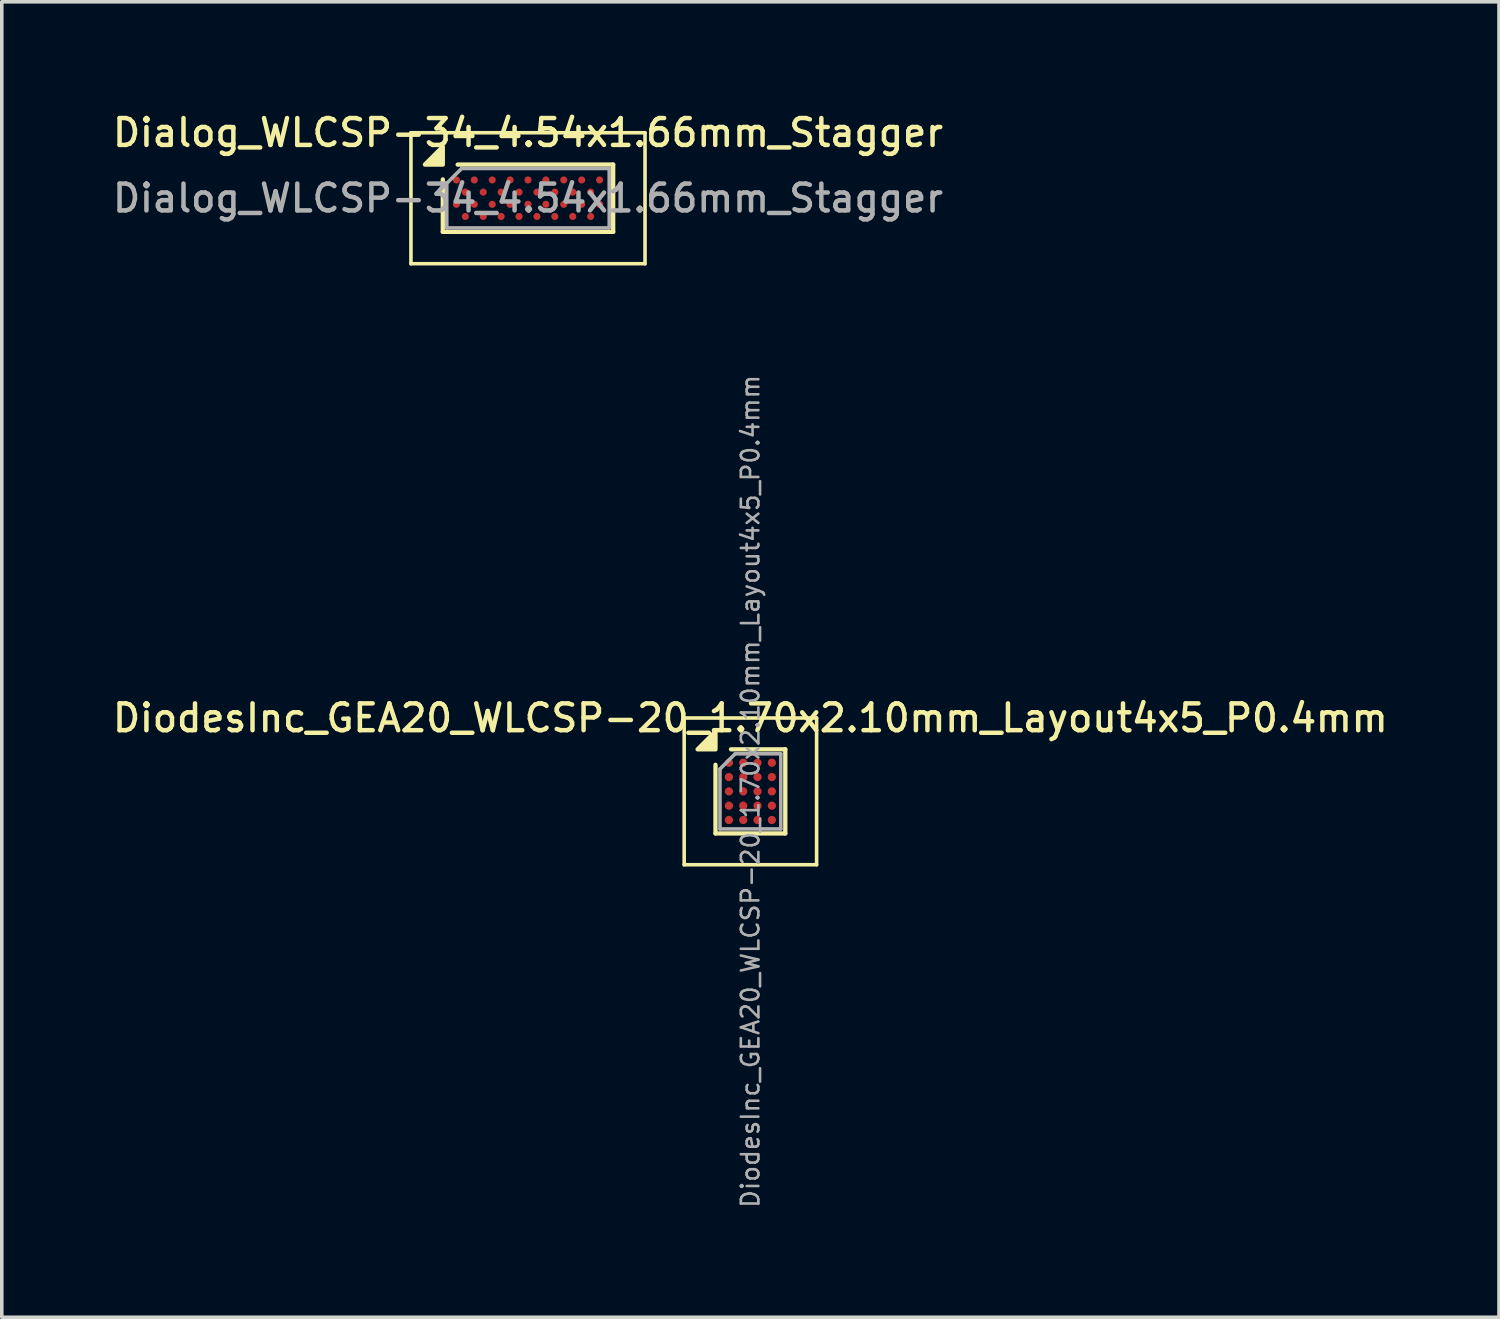
<source format=kicad_pcb>
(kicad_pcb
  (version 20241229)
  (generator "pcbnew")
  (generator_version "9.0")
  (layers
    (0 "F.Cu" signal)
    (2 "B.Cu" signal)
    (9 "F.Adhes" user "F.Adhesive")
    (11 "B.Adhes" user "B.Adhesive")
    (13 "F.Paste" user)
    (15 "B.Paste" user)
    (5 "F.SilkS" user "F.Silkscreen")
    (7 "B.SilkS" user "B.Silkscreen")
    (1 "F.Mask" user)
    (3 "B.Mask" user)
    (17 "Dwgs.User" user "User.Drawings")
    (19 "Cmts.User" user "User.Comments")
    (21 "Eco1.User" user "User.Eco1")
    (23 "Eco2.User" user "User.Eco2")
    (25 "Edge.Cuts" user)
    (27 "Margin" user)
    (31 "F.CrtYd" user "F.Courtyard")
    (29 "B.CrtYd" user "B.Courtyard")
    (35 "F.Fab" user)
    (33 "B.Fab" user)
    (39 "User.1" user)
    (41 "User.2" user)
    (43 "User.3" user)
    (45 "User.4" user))
  (footprint "DiodesInc_GEA20_WLCSP-20_1.70x2.10mm_Layout4x5_P0.4mm"
    (layer "F.Cu")
    (at 17.916 19.061)
    (property "Reference" "DiodesInc_GEA20_WLCSP-20_1.70x2.10mm_Layout4x5_P0.4mm" (at 0 -2.05 0) (layer "F.SilkS") (effects (font (size 0.75 0.75) (thickness 0.125))))
    (attr smd)
    (fp_line (start -1.85 -2.05) (end -1.85 2.05) (stroke (width 0.1) (type solid)) (layer "F.SilkS"))
    (fp_line (start -1.85 2.05) (end 1.85 2.05) (stroke (width 0.1) (type solid)) (layer "F.SilkS"))
    (fp_line (start -0.975 1.175) (end -0.975 -0.743) (stroke (width 0.12) (type solid)) (layer "F.SilkS"))
    (fp_line (start -0.542 -1.175) (end 0.975 -1.175) (stroke (width 0.12) (type solid)) (layer "F.SilkS"))
    (fp_line (start 0.975 -1.175) (end 0.975 1.175) (stroke (width 0.12) (type solid)) (layer "F.SilkS"))
    (fp_line (start 0.975 1.175) (end -0.975 1.175) (stroke (width 0.12) (type solid)) (layer "F.SilkS"))
    (fp_line (start 1.85 -2.05) (end -1.85 -2.05) (stroke (width 0.1) (type solid)) (layer "F.SilkS"))
    (fp_line (start 1.85 2.05) (end 1.85 -2.05) (stroke (width 0.1) (type solid)) (layer "F.SilkS"))
    (fp_poly (pts (xy -0.975 -1.175) (xy -1.475 -1.175) (xy -0.975 -1.675) (xy -0.975 -1.175)) (stroke (width 0.12) (type solid)) (fill yes) (layer "F.SilkS"))
    (fp_line (start -0.85 -0.625) (end -0.425 -1.05) (stroke (width 0.1) (type solid)) (layer "F.Fab"))
    (fp_line (start -0.85 1.05) (end -0.85 -0.625) (stroke (width 0.1) (type solid)) (layer "F.Fab"))
    (fp_line (start -0.425 -1.05) (end 0.85 -1.05) (stroke (width 0.1) (type solid)) (layer "F.Fab"))
    (fp_line (start 0.85 -1.05) (end 0.85 1.05) (stroke (width 0.1) (type solid)) (layer "F.Fab"))
    (fp_line (start 0.85 1.05) (end -0.85 1.05) (stroke (width 0.1) (type solid)) (layer "F.Fab"))
    (fp_text user "${REFERENCE}" (at 0 0 270) (layer "F.Fab") (effects (font (size 0.49 0.49) (thickness 0.073))))
    (pad "A1" smd circle (at -0.6 -0.8) (size 0.23 0.23) (property pad_prop_bga) (layers "F.Cu" "F.Mask" "F.Paste"))
    (pad "A2" smd circle (at -0.2 -0.8) (size 0.23 0.23) (property pad_prop_bga) (layers "F.Cu" "F.Mask" "F.Paste"))
    (pad "A3" smd circle (at 0.2 -0.8) (size 0.23 0.23) (property pad_prop_bga) (layers "F.Cu" "F.Mask" "F.Paste"))
    (pad "A4" smd circle (at 0.6 -0.8) (size 0.23 0.23) (property pad_prop_bga) (layers "F.Cu" "F.Mask" "F.Paste"))
    (pad "B1" smd circle (at -0.6 -0.4) (size 0.23 0.23) (property pad_prop_bga) (layers "F.Cu" "F.Mask" "F.Paste"))
    (pad "B2" smd circle (at -0.2 -0.4) (size 0.23 0.23) (property pad_prop_bga) (layers "F.Cu" "F.Mask" "F.Paste"))
    (pad "B3" smd circle (at 0.2 -0.4) (size 0.23 0.23) (property pad_prop_bga) (layers "F.Cu" "F.Mask" "F.Paste"))
    (pad "B4" smd circle (at 0.6 -0.4) (size 0.23 0.23) (property pad_prop_bga) (layers "F.Cu" "F.Mask" "F.Paste"))
    (pad "C1" smd circle (at -0.6 0) (size 0.23 0.23) (property pad_prop_bga) (layers "F.Cu" "F.Mask" "F.Paste"))
    (pad "C2" smd circle (at -0.2 0) (size 0.23 0.23) (property pad_prop_bga) (layers "F.Cu" "F.Mask" "F.Paste"))
    (pad "C3" smd circle (at 0.2 0) (size 0.23 0.23) (property pad_prop_bga) (layers "F.Cu" "F.Mask" "F.Paste"))
    (pad "C4" smd circle (at 0.6 0) (size 0.23 0.23) (property pad_prop_bga) (layers "F.Cu" "F.Mask" "F.Paste"))
    (pad "D1" smd circle (at -0.6 0.4) (size 0.23 0.23) (property pad_prop_bga) (layers "F.Cu" "F.Mask" "F.Paste"))
    (pad "D2" smd circle (at -0.2 0.4) (size 0.23 0.23) (property pad_prop_bga) (layers "F.Cu" "F.Mask" "F.Paste"))
    (pad "D3" smd circle (at 0.2 0.4) (size 0.23 0.23) (property pad_prop_bga) (layers "F.Cu" "F.Mask" "F.Paste"))
    (pad "D4" smd circle (at 0.6 0.4) (size 0.23 0.23) (property pad_prop_bga) (layers "F.Cu" "F.Mask" "F.Paste"))
    (pad "E1" smd circle (at -0.6 0.8) (size 0.23 0.23) (property pad_prop_bga) (layers "F.Cu" "F.Mask" "F.Paste"))
    (pad "E2" smd circle (at -0.2 0.8) (size 0.23 0.23) (property pad_prop_bga) (layers "F.Cu" "F.Mask" "F.Paste"))
    (pad "E3" smd circle (at 0.2 0.8) (size 0.23 0.23) (property pad_prop_bga) (layers "F.Cu" "F.Mask" "F.Paste"))
    (pad "E4" smd circle (at 0.6 0.8) (size 0.23 0.23) (property pad_prop_bga) (layers "F.Cu" "F.Mask" "F.Paste")))
  (footprint "Dialog_WLCSP-34_4.54x1.66mm_Stagger"
    (layer "F.Cu")
    (at 11.702 2.488)
    (property "Reference" "Dialog_WLCSP-34_4.54x1.66mm_Stagger" (at 0 -1.83 0) (layer "F.SilkS") (effects (font (size 0.75 0.75) (thickness 0.125))))
    (attr smd)
    (fp_line (start -3.27 -1.83) (end -3.27 1.83) (stroke (width 0.1) (type solid)) (layer "F.SilkS"))
    (fp_line (start -3.27 1.83) (end 3.27 1.83) (stroke (width 0.1) (type solid)) (layer "F.SilkS"))
    (fp_line (start -2.38 0.94) (end -2.38 -0.525) (stroke (width 0.12) (type solid)) (layer "F.SilkS"))
    (fp_line (start -1.965 -0.94) (end 2.38 -0.94) (stroke (width 0.12) (type solid)) (layer "F.SilkS"))
    (fp_line (start 2.38 -0.94) (end 2.38 0.94) (stroke (width 0.12) (type solid)) (layer "F.SilkS"))
    (fp_line (start 2.38 0.94) (end -2.38 0.94) (stroke (width 0.12) (type solid)) (layer "F.SilkS"))
    (fp_line (start 3.27 -1.83) (end -3.27 -1.83) (stroke (width 0.1) (type solid)) (layer "F.SilkS"))
    (fp_line (start 3.27 1.83) (end 3.27 -1.83) (stroke (width 0.1) (type solid)) (layer "F.SilkS"))
    (fp_poly (pts (xy -2.38 -0.94) (xy -2.88 -0.94) (xy -2.38 -1.44) (xy -2.38 -0.94)) (stroke (width 0.12) (type solid)) (fill yes) (layer "F.SilkS"))
    (fp_line (start -2.27 -0.415) (end -1.855 -0.83) (stroke (width 0.1) (type solid)) (layer "F.Fab"))
    (fp_line (start -2.27 0.83) (end -2.27 -0.415) (stroke (width 0.1) (type solid)) (layer "F.Fab"))
    (fp_line (start -1.855 -0.83) (end 2.27 -0.83) (stroke (width 0.1) (type solid)) (layer "F.Fab"))
    (fp_line (start 2.27 -0.83) (end 2.27 0.83) (stroke (width 0.1) (type solid)) (layer "F.Fab"))
    (fp_line (start 2.27 0.83) (end -2.27 0.83) (stroke (width 0.1) (type solid)) (layer "F.Fab"))
    (fp_text user "${REFERENCE}" (at 0 0 0) (layer "F.Fab") (effects (font (size 0.75 0.75) (thickness 0.125))))
    (pad "A1" smd circle (at -2 -0.51) (size 0.2 0.2) (property pad_prop_bga) (layers "F.Cu" "F.Mask" "F.Paste"))
    (pad "A3" smd circle (at -1.5 -0.51) (size 0.2 0.2) (property pad_prop_bga) (layers "F.Cu" "F.Mask" "F.Paste"))
    (pad "A5" smd circle (at -1 -0.51) (size 0.2 0.2) (property pad_prop_bga) (layers "F.Cu" "F.Mask" "F.Paste"))
    (pad "A7" smd circle (at -0.5 -0.51) (size 0.2 0.2) (property pad_prop_bga) (layers "F.Cu" "F.Mask" "F.Paste"))
    (pad "A9" smd circle (at 0 -0.51) (size 0.2 0.2) (property pad_prop_bga) (layers "F.Cu" "F.Mask" "F.Paste"))
    (pad "A11" smd circle (at 0.5 -0.51) (size 0.2 0.2) (property pad_prop_bga) (layers "F.Cu" "F.Mask" "F.Paste"))
    (pad "A13" smd circle (at 1 -0.51) (size 0.2 0.2) (property pad_prop_bga) (layers "F.Cu" "F.Mask" "F.Paste"))
    (pad "A15" smd circle (at 1.5 -0.51) (size 0.2 0.2) (property pad_prop_bga) (layers "F.Cu" "F.Mask" "F.Paste"))
    (pad "A17" smd circle (at 2 -0.51) (size 0.2 0.2) (property pad_prop_bga) (layers "F.Cu" "F.Mask" "F.Paste"))
    (pad "B2" smd circle (at -1.75 -0.17) (size 0.2 0.2) (property pad_prop_bga) (layers "F.Cu" "F.Mask" "F.Paste"))
    (pad "B4" smd circle (at -1.25 -0.17) (size 0.2 0.2) (property pad_prop_bga) (layers "F.Cu" "F.Mask" "F.Paste"))
    (pad "B6" smd circle (at -0.75 -0.17) (size 0.2 0.2) (property pad_prop_bga) (layers "F.Cu" "F.Mask" "F.Paste"))
    (pad "B8" smd circle (at -0.25 -0.17) (size 0.2 0.2) (property pad_prop_bga) (layers "F.Cu" "F.Mask" "F.Paste"))
    (pad "B10" smd circle (at 0.25 -0.17) (size 0.2 0.2) (property pad_prop_bga) (layers "F.Cu" "F.Mask" "F.Paste"))
    (pad "B12" smd circle (at 0.75 -0.17) (size 0.2 0.2) (property pad_prop_bga) (layers "F.Cu" "F.Mask" "F.Paste"))
    (pad "B14" smd circle (at 1.25 -0.17) (size 0.2 0.2) (property pad_prop_bga) (layers "F.Cu" "F.Mask" "F.Paste"))
    (pad "B16" smd circle (at 1.75 -0.17) (size 0.2 0.2) (property pad_prop_bga) (layers "F.Cu" "F.Mask" "F.Paste"))
    (pad "C1" smd circle (at -2 0.17) (size 0.2 0.2) (property pad_prop_bga) (layers "F.Cu" "F.Mask" "F.Paste"))
    (pad "C3" smd circle (at -1.5 0.17) (size 0.2 0.2) (property pad_prop_bga) (layers "F.Cu" "F.Mask" "F.Paste"))
    (pad "C5" smd circle (at -1 0.17) (size 0.2 0.2) (property pad_prop_bga) (layers "F.Cu" "F.Mask" "F.Paste"))
    (pad "C7" smd circle (at -0.5 0.17) (size 0.2 0.2) (property pad_prop_bga) (layers "F.Cu" "F.Mask" "F.Paste"))
    (pad "C9" smd circle (at 0 0.17) (size 0.2 0.2) (property pad_prop_bga) (layers "F.Cu" "F.Mask" "F.Paste"))
    (pad "C11" smd circle (at 0.5 0.17) (size 0.2 0.2) (property pad_prop_bga) (layers "F.Cu" "F.Mask" "F.Paste"))
    (pad "C13" smd circle (at 1 0.17) (size 0.2 0.2) (property pad_prop_bga) (layers "F.Cu" "F.Mask" "F.Paste"))
    (pad "C15" smd circle (at 1.5 0.17) (size 0.2 0.2) (property pad_prop_bga) (layers "F.Cu" "F.Mask" "F.Paste"))
    (pad "C17" smd circle (at 2 0.17) (size 0.2 0.2) (property pad_prop_bga) (layers "F.Cu" "F.Mask" "F.Paste"))
    (pad "D2" smd circle (at -1.75 0.51) (size 0.2 0.2) (property pad_prop_bga) (layers "F.Cu" "F.Mask" "F.Paste"))
    (pad "D4" smd circle (at -1.25 0.51) (size 0.2 0.2) (property pad_prop_bga) (layers "F.Cu" "F.Mask" "F.Paste"))
    (pad "D6" smd circle (at -0.75 0.51) (size 0.2 0.2) (property pad_prop_bga) (layers "F.Cu" "F.Mask" "F.Paste"))
    (pad "D8" smd circle (at -0.25 0.51) (size 0.2 0.2) (property pad_prop_bga) (layers "F.Cu" "F.Mask" "F.Paste"))
    (pad "D10" smd circle (at 0.25 0.51) (size 0.2 0.2) (property pad_prop_bga) (layers "F.Cu" "F.Mask" "F.Paste"))
    (pad "D12" smd circle (at 0.75 0.51) (size 0.2 0.2) (property pad_prop_bga) (layers "F.Cu" "F.Mask" "F.Paste"))
    (pad "D14" smd circle (at 1.25 0.51) (size 0.2 0.2) (property pad_prop_bga) (layers "F.Cu" "F.Mask" "F.Paste"))
    (pad "D16" smd circle (at 1.75 0.51) (size 0.2 0.2) (property pad_prop_bga) (layers "F.Cu" "F.Mask" "F.Paste")))
  (gr_rect
    (start -3 -3)
    (end 38.832 33.754)
    (stroke (width 0.1) (type default))
    (fill no)
    (layer "Edge.Cuts")))
</source>
